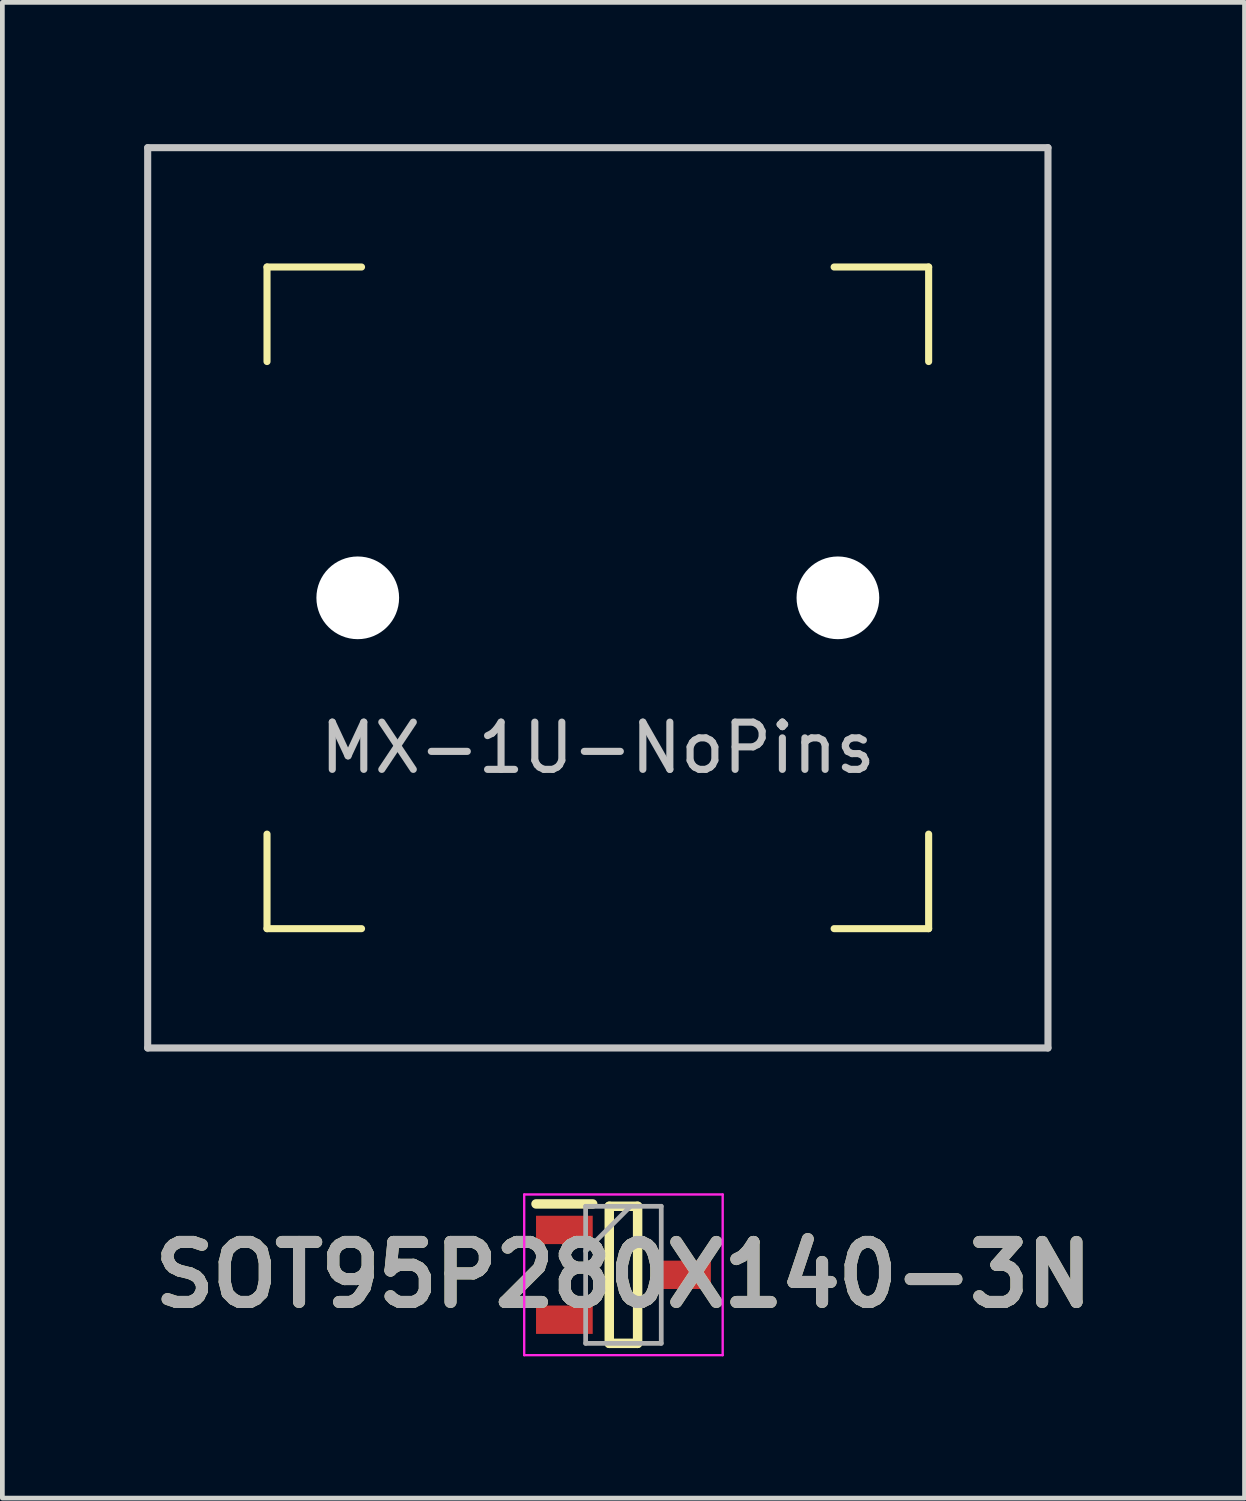
<source format=kicad_pcb>
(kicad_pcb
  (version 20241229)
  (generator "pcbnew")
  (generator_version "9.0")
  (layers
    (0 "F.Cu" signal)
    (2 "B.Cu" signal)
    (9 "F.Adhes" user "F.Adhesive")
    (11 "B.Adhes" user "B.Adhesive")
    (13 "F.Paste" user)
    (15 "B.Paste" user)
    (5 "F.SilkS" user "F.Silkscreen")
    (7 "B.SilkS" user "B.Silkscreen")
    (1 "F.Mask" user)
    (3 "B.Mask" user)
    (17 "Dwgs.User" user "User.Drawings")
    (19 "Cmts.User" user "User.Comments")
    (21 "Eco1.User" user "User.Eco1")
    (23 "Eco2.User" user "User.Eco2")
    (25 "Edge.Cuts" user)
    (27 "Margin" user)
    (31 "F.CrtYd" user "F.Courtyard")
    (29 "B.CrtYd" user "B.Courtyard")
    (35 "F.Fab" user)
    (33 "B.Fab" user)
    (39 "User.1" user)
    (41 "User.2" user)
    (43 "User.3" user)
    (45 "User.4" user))
  (footprint "MX-1U-NoPins"
    (layer "F.Cu")
    (at 9.6 9.6)
    (property "Reference" "MX-1U-NoPins" (at 0 3.175 0) (layer "Dwgs.User") (effects (font (size 1 1) (thickness 0.15))))
    (attr through_hole)
    (fp_line (start -7 -7) (end -7 -5) (stroke (width 0.15) (type solid)) (layer "F.SilkS"))
    (fp_line (start -7 5) (end -7 7) (stroke (width 0.15) (type solid)) (layer "F.SilkS"))
    (fp_line (start -7 7) (end -5 7) (stroke (width 0.15) (type solid)) (layer "F.SilkS"))
    (fp_line (start -5 -7) (end -7 -7) (stroke (width 0.15) (type solid)) (layer "F.SilkS"))
    (fp_line (start 5 -7) (end 7 -7) (stroke (width 0.15) (type solid)) (layer "F.SilkS"))
    (fp_line (start 5 7) (end 7 7) (stroke (width 0.15) (type solid)) (layer "F.SilkS"))
    (fp_line (start 7 -7) (end 7 -5) (stroke (width 0.15) (type solid)) (layer "F.SilkS"))
    (fp_line (start 7 7) (end 7 5) (stroke (width 0.15) (type solid)) (layer "F.SilkS"))
    (fp_line (start -9.525 -9.525) (end 9.525 -9.525) (stroke (width 0.15) (type solid)) (layer "Dwgs.User"))
    (fp_line (start -9.525 9.525) (end -9.525 -9.525) (stroke (width 0.15) (type solid)) (layer "Dwgs.User"))
    (fp_line (start 9.525 -9.525) (end 9.525 9.525) (stroke (width 0.15) (type solid)) (layer "Dwgs.User"))
    (fp_line (start 9.525 9.525) (end -9.525 9.525) (stroke (width 0.15) (type solid)) (layer "Dwgs.User"))
    (pad "" np_thru_hole circle (at -5.08 0 48.1) (size 1.75 1.75) (drill 1.75) (layers "*.Cu" "*.Mask"))
    (pad "" np_thru_hole circle (at 5.08 0 48.1) (size 1.75 1.75) (drill 1.75) (layers "*.Cu" "*.Mask")))
  (footprint "SOT95P280X140-3N"
    (layer "F.Cu")
    (at 10.142 23.925)
    (property "Reference" "SOT95P280X140-3N" (at 0 0 0) (layer "F.SilkS") (effects (font (size 1.27 1.27) (thickness 0.254))))
    (attr smd)
    (fp_line (start -1.85 -1.5) (end -0.65 -1.5) (stroke (width 0.2) (type solid)) (layer "F.SilkS"))
    (fp_line (start -0.3 -1.45) (end 0.3 -1.45) (stroke (width 0.2) (type solid)) (layer "F.SilkS"))
    (fp_line (start -0.3 1.45) (end -0.3 -1.45) (stroke (width 0.2) (type solid)) (layer "F.SilkS"))
    (fp_line (start 0.3 -1.45) (end 0.3 1.45) (stroke (width 0.2) (type solid)) (layer "F.SilkS"))
    (fp_line (start 0.3 1.45) (end -0.3 1.45) (stroke (width 0.2) (type solid)) (layer "F.SilkS"))
    (fp_line (start -2.1 -1.7) (end 2.1 -1.7) (stroke (width 0.05) (type solid)) (layer "F.CrtYd"))
    (fp_line (start -2.1 1.7) (end -2.1 -1.7) (stroke (width 0.05) (type solid)) (layer "F.CrtYd"))
    (fp_line (start 2.1 -1.7) (end 2.1 1.7) (stroke (width 0.05) (type solid)) (layer "F.CrtYd"))
    (fp_line (start 2.1 1.7) (end -2.1 1.7) (stroke (width 0.05) (type solid)) (layer "F.CrtYd"))
    (fp_line (start -0.8 -1.45) (end 0.8 -1.45) (stroke (width 0.1) (type solid)) (layer "F.Fab"))
    (fp_line (start -0.8 -0.5) (end 0.15 -1.45) (stroke (width 0.1) (type solid)) (layer "F.Fab"))
    (fp_line (start -0.8 1.45) (end -0.8 -1.45) (stroke (width 0.1) (type solid)) (layer "F.Fab"))
    (fp_line (start 0.8 -1.45) (end 0.8 1.45) (stroke (width 0.1) (type solid)) (layer "F.Fab"))
    (fp_line (start 0.8 1.45) (end -0.8 1.45) (stroke (width 0.1) (type solid)) (layer "F.Fab"))
    (fp_text user "${REFERENCE}" (at 0 0 0) (layer "F.Fab") (effects (font (size 1.27 1.27) (thickness 0.254))))
    (pad "1" smd rect (at -1.25 -0.95 90) (size 0.6 1.2) (layers "F.Cu" "F.Mask" "F.Paste"))
    (pad "2" smd rect (at -1.25 0.95 90) (size 0.6 1.2) (layers "F.Cu" "F.Mask" "F.Paste"))
    (pad "3" smd rect (at 1.25 0 90) (size 0.6 1.2) (layers "F.Cu" "F.Mask" "F.Paste")))
  (gr_rect
    (start -3 -3)
    (end 23.284 28.65)
    (stroke (width 0.1) (type default))
    (fill no)
    (layer "Edge.Cuts")))
</source>
